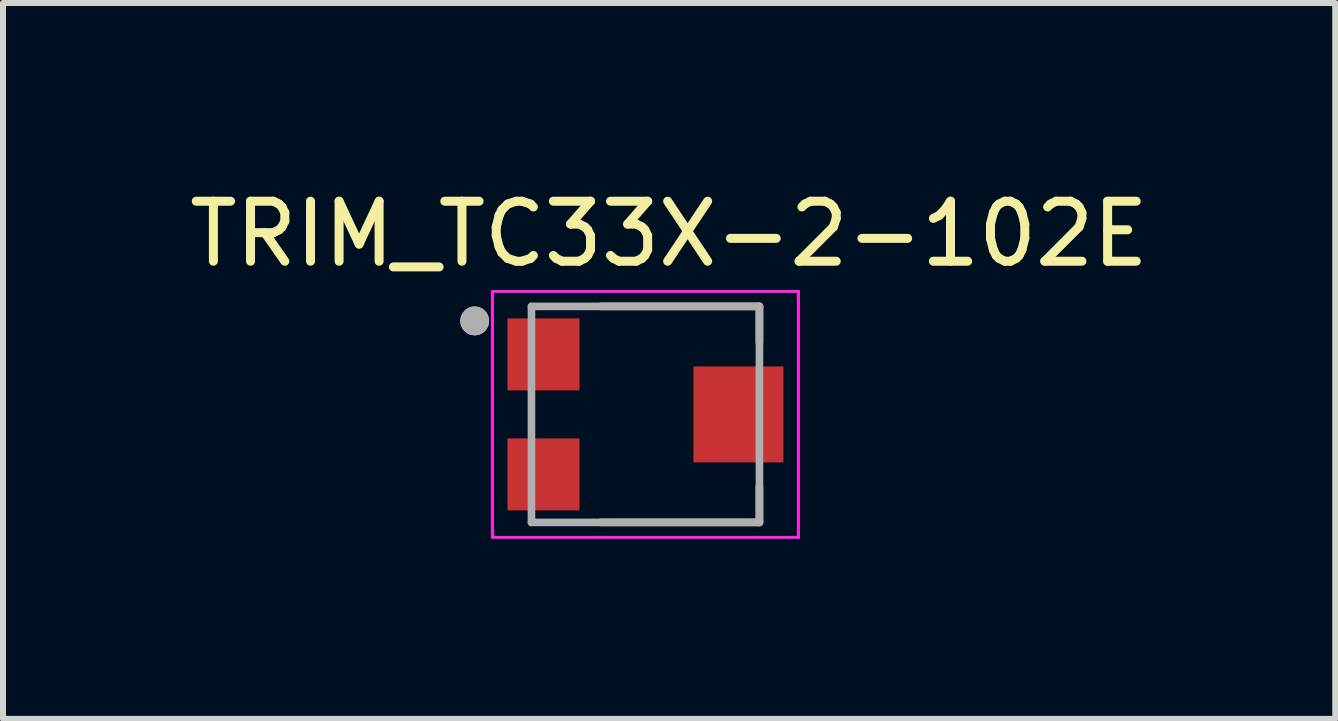
<source format=kicad_pcb>
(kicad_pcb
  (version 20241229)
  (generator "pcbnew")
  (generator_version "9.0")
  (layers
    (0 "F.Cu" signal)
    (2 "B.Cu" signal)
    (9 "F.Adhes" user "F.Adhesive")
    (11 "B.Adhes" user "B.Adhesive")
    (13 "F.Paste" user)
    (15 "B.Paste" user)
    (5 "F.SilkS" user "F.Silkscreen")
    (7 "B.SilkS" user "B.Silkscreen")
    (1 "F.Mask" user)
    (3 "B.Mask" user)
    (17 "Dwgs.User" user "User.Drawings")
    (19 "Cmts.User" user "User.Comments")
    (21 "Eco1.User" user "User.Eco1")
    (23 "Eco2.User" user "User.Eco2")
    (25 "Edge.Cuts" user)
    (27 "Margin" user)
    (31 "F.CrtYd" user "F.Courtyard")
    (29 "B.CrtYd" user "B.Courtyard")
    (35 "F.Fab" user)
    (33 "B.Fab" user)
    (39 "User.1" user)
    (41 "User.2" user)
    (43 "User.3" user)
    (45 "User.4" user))
  (footprint "TRIM_TC33X-2-102E"
    (layer "F.Cu")
    (at 7.808 3.857)
    (property "Reference" "TRIM_TC33X-2-102E" (at 0.294 -3.008 0) (layer "F.SilkS") (effects (font (size 1 1) (thickness 0.15))))
    (attr smd)
    (fp_line (start -0.85 -1.8) (end 1.8 -1.8) (stroke (width 0.127) (type solid)) (layer "F.SilkS"))
    (fp_line (start -0.85 1.8) (end 1.8 1.8) (stroke (width 0.127) (type solid)) (layer "F.SilkS"))
    (fp_line (start 1.8 -1.8) (end 1.8 -1.2) (stroke (width 0.127) (type solid)) (layer "F.SilkS"))
    (fp_line (start 1.8 1.8) (end 1.8 1.2) (stroke (width 0.127) (type solid)) (layer "F.SilkS"))
    (fp_circle (center -2.946 -1.558) (end -2.826 -1.558) (stroke (width 0.24) (type solid)) (fill no) (layer "F.SilkS"))
    (fp_line (start -2.65 -2.05) (end 2.45 -2.05) (stroke (width 0.05) (type solid)) (layer "F.CrtYd"))
    (fp_line (start -2.65 2.05) (end -2.65 -2.05) (stroke (width 0.05) (type solid)) (layer "F.CrtYd"))
    (fp_line (start 2.45 -2.05) (end 2.45 2.05) (stroke (width 0.05) (type solid)) (layer "F.CrtYd"))
    (fp_line (start 2.45 2.05) (end -2.65 2.05) (stroke (width 0.05) (type solid)) (layer "F.CrtYd"))
    (fp_line (start -2 -1.8) (end 1.8 -1.8) (stroke (width 0.127) (type solid)) (layer "F.Fab"))
    (fp_line (start -2 1.8) (end -2 -1.8) (stroke (width 0.127) (type solid)) (layer "F.Fab"))
    (fp_line (start 1.8 -1.8) (end 1.8 1.8) (stroke (width 0.127) (type solid)) (layer "F.Fab"))
    (fp_line (start 1.8 1.8) (end -2 1.8) (stroke (width 0.127) (type solid)) (layer "F.Fab"))
    (fp_circle (center -2.946 -1.558) (end -2.826 -1.558) (stroke (width 0.24) (type solid)) (fill no) (layer "F.Fab"))
    (pad "1" smd rect (at -1.8 -1) (size 1.2 1.2) (layers "F.Cu" "F.Mask" "F.Paste"))
    (pad "2" smd rect (at 1.45 0 270) (size 1.6 1.5) (layers "F.Cu" "F.Mask" "F.Paste"))
    (pad "3" smd rect (at -1.8 1) (size 1.2 1.2) (layers "F.Cu" "F.Mask" "F.Paste")))
  (gr_rect
    (start -3 -3)
    (end 19.205 8.932)
    (stroke (width 0.1) (type default))
    (fill no)
    (layer "Edge.Cuts")))
</source>
